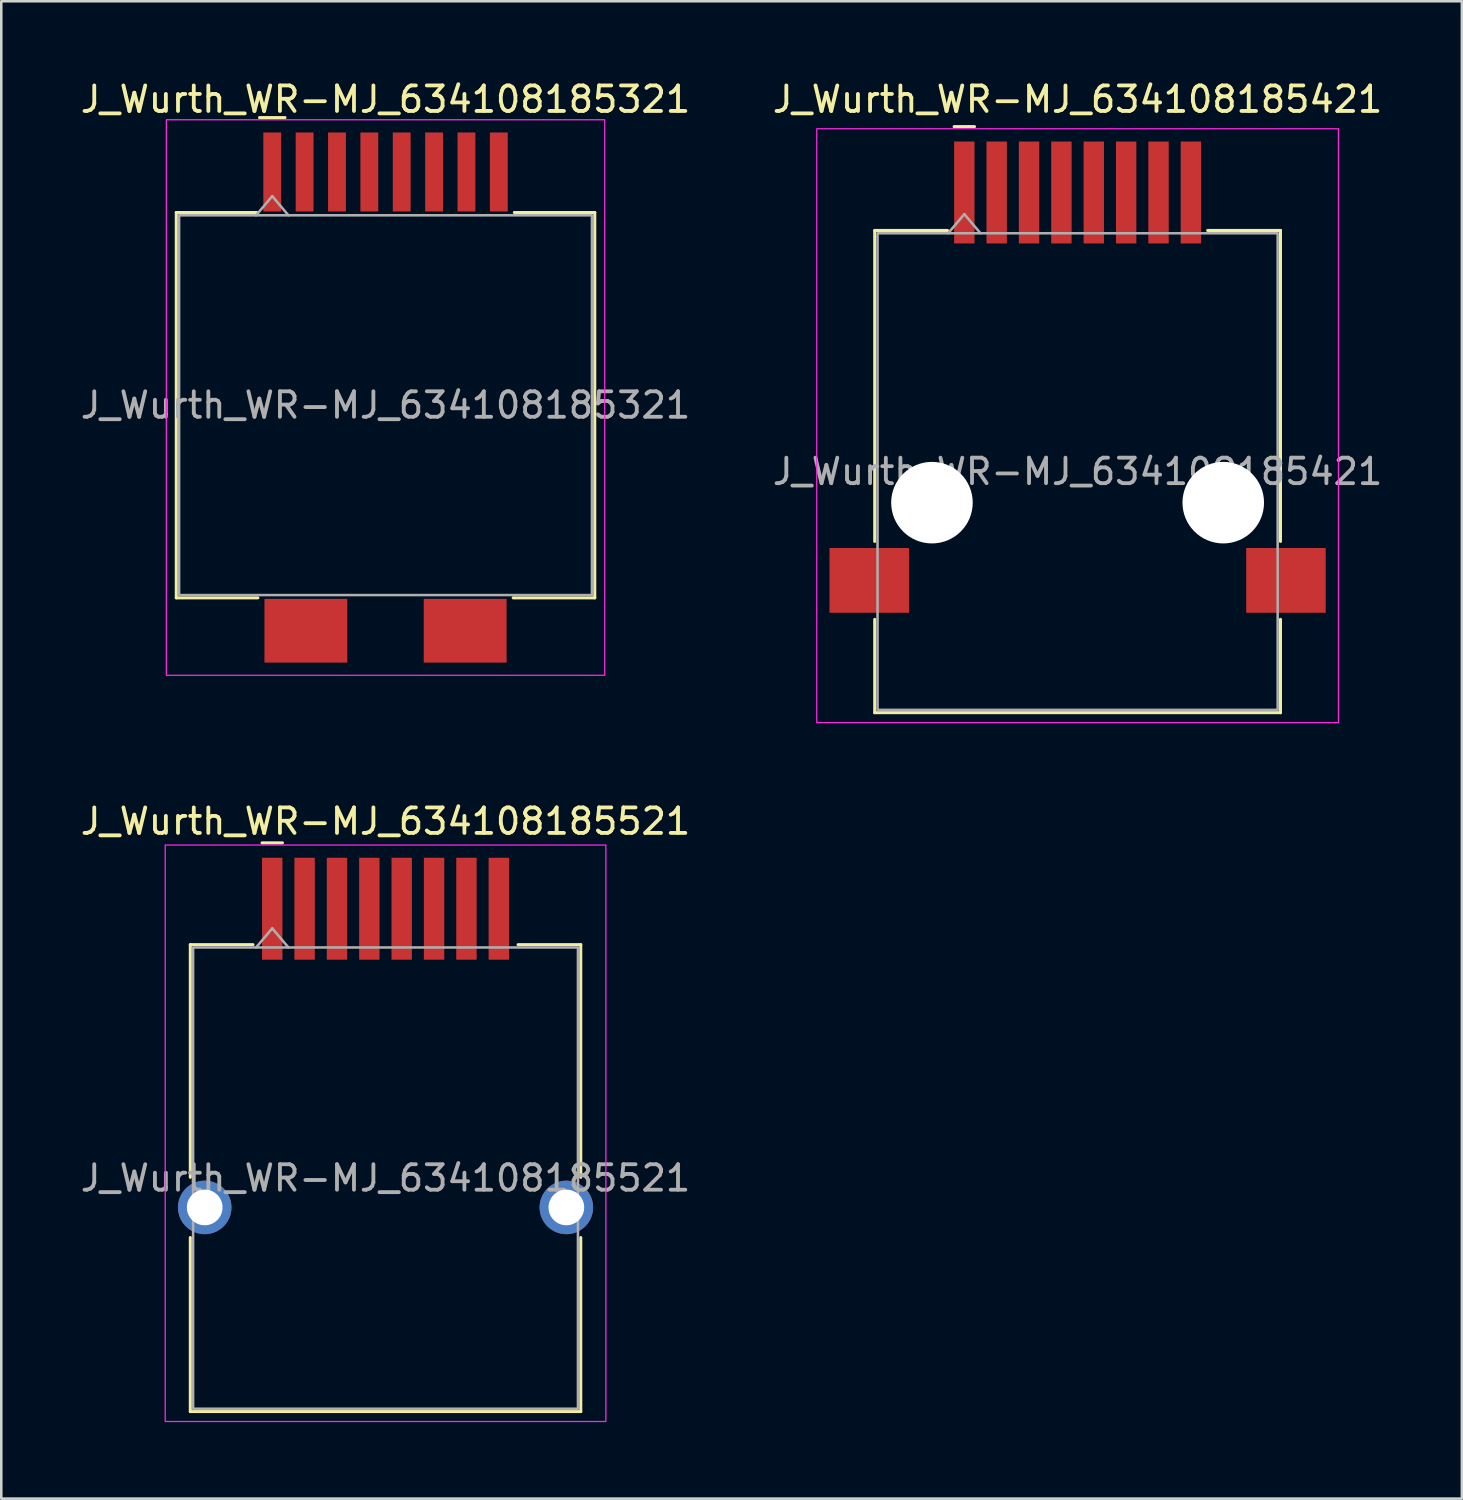
<source format=kicad_pcb>
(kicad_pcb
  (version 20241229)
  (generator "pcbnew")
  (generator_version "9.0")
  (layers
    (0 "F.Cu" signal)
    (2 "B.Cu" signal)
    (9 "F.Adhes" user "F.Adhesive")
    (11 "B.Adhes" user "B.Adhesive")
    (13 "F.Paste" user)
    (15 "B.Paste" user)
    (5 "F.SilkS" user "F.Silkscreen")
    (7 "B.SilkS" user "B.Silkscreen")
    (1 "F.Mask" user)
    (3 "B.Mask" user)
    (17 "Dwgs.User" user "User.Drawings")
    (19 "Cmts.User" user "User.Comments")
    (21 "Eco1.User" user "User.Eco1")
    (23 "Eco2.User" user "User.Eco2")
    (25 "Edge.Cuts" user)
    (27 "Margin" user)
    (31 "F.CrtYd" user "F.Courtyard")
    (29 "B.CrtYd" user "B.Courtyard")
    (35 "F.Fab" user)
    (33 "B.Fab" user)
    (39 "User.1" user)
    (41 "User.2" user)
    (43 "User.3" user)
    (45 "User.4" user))
  (footprint "J_Wurth_WR-MJ_634108185321"
    (layer "F.Cu")
    (at 12.077 12.848)
    (property "Reference" "J_Wurth_WR-MJ_634108185321" (at 0 -12 0) (unlocked yes) (layer "F.SilkS") (effects (font (size 1 1) (thickness 0.15))))
    (attr smd)
    (fp_line (start -8.21 7.56) (end -8.21 -7.56) (stroke (width 0.12) (type solid)) (layer "F.SilkS"))
    (fp_line (start -5.055 -7.56) (end -8.21 -7.56) (stroke (width 0.12) (type solid)) (layer "F.SilkS"))
    (fp_line (start -5.01 7.56) (end -8.21 7.56) (stroke (width 0.12) (type solid)) (layer "F.SilkS"))
    (fp_line (start -3.945 -11.285) (end -4.945 -11.285) (stroke (width 0.12) (type solid)) (layer "F.SilkS"))
    (fp_line (start 5.01 7.56) (end 8.21 7.56) (stroke (width 0.12) (type solid)) (layer "F.SilkS"))
    (fp_line (start 5.055 -7.56) (end 8.21 -7.56) (stroke (width 0.12) (type solid)) (layer "F.SilkS"))
    (fp_line (start 8.21 -7.56) (end 8.21 7.56) (stroke (width 0.12) (type solid)) (layer "F.SilkS"))
    (fp_rect (start -8.6 -11.2) (end 8.6 10.6) (stroke (width 0.05) (type solid)) (fill no) (layer "F.CrtYd"))
    (fp_line (start -4.445 -8.2) (end -5.08 -7.45) (stroke (width 0.1) (type solid)) (layer "F.Fab"))
    (fp_line (start -4.445 -8.2) (end -3.81 -7.45) (stroke (width 0.1) (type solid)) (layer "F.Fab"))
    (fp_rect (start -8.1 -7.45) (end 8.1 7.45) (stroke (width 0.1) (type solid)) (fill no) (layer "F.Fab"))
    (fp_text user "${REFERENCE}" (at 0 0 0) (unlocked yes) (layer "F.Fab") (effects (font (size 1 1) (thickness 0.15))))
    (pad "1" smd rect (at -4.445 -9.15 90) (size 3.1 0.7) (layers "F.Cu" "F.Mask" "F.Paste"))
    (pad "2" smd rect (at -3.175 -9.15 90) (size 3.1 0.7) (layers "F.Cu" "F.Mask" "F.Paste"))
    (pad "3" smd rect (at -1.905 -9.15 90) (size 3.1 0.7) (layers "F.Cu" "F.Mask" "F.Paste"))
    (pad "4" smd rect (at -0.635 -9.15 90) (size 3.1 0.7) (layers "F.Cu" "F.Mask" "F.Paste"))
    (pad "5" smd rect (at 0.635 -9.15 90) (size 3.1 0.7) (layers "F.Cu" "F.Mask" "F.Paste"))
    (pad "6" smd rect (at 1.905 -9.15 90) (size 3.1 0.7) (layers "F.Cu" "F.Mask" "F.Paste"))
    (pad "7" smd rect (at 3.175 -9.15 90) (size 3.1 0.7) (layers "F.Cu" "F.Mask" "F.Paste"))
    (pad "8" smd rect (at 4.445 -9.15 90) (size 3.1 0.7) (layers "F.Cu" "F.Mask" "F.Paste"))
    (pad "S1" smd rect (at -3.125 8.85) (size 3.25 2.5) (layers "F.Cu" "F.Mask" "F.Paste"))
    (pad "S2" smd rect (at 3.125 8.85) (size 3.25 2.5) (layers "F.Cu" "F.Mask" "F.Paste")))
  (footprint "J_Wurth_WR-MJ_634108185521"
    (layer "F.Cu")
    (at 12.077 43.176)
    (property "Reference" "J_Wurth_WR-MJ_634108185521" (at 0 -14 0) (unlocked yes) (layer "F.SilkS") (effects (font (size 1 1) (thickness 0.15))))
    (attr smd)
    (fp_line (start -7.66 -0.032) (end -7.66 -9.16) (stroke (width 0.12) (type solid)) (layer "F.SilkS"))
    (fp_line (start -7.66 2.332) (end -7.66 9.16) (stroke (width 0.12) (type solid)) (layer "F.SilkS"))
    (fp_line (start -5.2 -9.16) (end -7.66 -9.16) (stroke (width 0.12) (type solid)) (layer "F.SilkS"))
    (fp_line (start -4.045 -13.155) (end -4.845 -13.155) (stroke (width 0.12) (type solid)) (layer "F.SilkS"))
    (fp_line (start 5.2 -9.16) (end 7.66 -9.16) (stroke (width 0.12) (type solid)) (layer "F.SilkS"))
    (fp_line (start 7.66 -0.032) (end 7.66 -9.16) (stroke (width 0.12) (type solid)) (layer "F.SilkS"))
    (fp_line (start 7.66 2.332) (end 7.66 9.16) (stroke (width 0.12) (type solid)) (layer "F.SilkS"))
    (fp_line (start 7.66 9.16) (end -7.66 9.16) (stroke (width 0.12) (type solid)) (layer "F.SilkS"))
    (fp_rect (start -8.645 -13.07) (end 8.645 9.55) (stroke (width 0.05) (type solid)) (fill no) (layer "F.CrtYd"))
    (fp_line (start -4.445 -9.8) (end -5.08 -9.05) (stroke (width 0.1) (type solid)) (layer "F.Fab"))
    (fp_line (start -4.445 -9.8) (end -3.81 -9.05) (stroke (width 0.1) (type solid)) (layer "F.Fab"))
    (fp_rect (start -7.55 -9.05) (end 7.55 9.05) (stroke (width 0.1) (type solid)) (fill no) (layer "F.Fab"))
    (fp_text user "${REFERENCE}" (at 0 0 0) (unlocked yes) (layer "F.Fab") (effects (font (size 1 1) (thickness 0.15))))
    (pad "1" smd rect (at -4.445 -10.57) (size 0.8 4) (layers "F.Cu" "F.Mask" "F.Paste"))
    (pad "2" smd rect (at -3.175 -10.57) (size 0.8 4) (layers "F.Cu" "F.Mask" "F.Paste"))
    (pad "3" smd rect (at -1.905 -10.57) (size 0.8 4) (layers "F.Cu" "F.Mask" "F.Paste"))
    (pad "4" smd rect (at -0.635 -10.57) (size 0.8 4) (layers "F.Cu" "F.Mask" "F.Paste"))
    (pad "5" smd rect (at 0.635 -10.57) (size 0.8 4) (layers "F.Cu" "F.Mask" "F.Paste"))
    (pad "6" smd rect (at 1.905 -10.57) (size 0.8 4) (layers "F.Cu" "F.Mask" "F.Paste"))
    (pad "7" smd rect (at 3.175 -10.57) (size 0.8 4) (layers "F.Cu" "F.Mask" "F.Paste"))
    (pad "8" smd rect (at 4.445 -10.57) (size 0.8 4) (layers "F.Cu" "F.Mask" "F.Paste"))
    (pad "S1" thru_hole circle (at -7.095 1.15) (size 2.1 2.1) (drill 1.4) (layers "*.Cu" "*.Mask"))
    (pad "S2" thru_hole circle (at 7.095 1.15) (size 2.1 2.1) (drill 1.4) (layers "*.Cu" "*.Mask")))
  (footprint "J_Wurth_WR-MJ_634108185421"
    (layer "F.Cu")
    (at 39.232 15.453)
    (property "Reference" "J_Wurth_WR-MJ_634108185421" (at 0 -14.605 0) (unlocked yes) (layer "F.SilkS") (effects (font (size 1 1) (thickness 0.15))))
    (attr smd)
    (fp_line (start -7.96 2.74) (end -7.96 -9.46) (stroke (width 0.12) (type solid)) (layer "F.SilkS"))
    (fp_line (start -7.96 5.8) (end -7.96 9.46) (stroke (width 0.12) (type solid)) (layer "F.SilkS"))
    (fp_line (start -7.96 9.46) (end 7.96 9.46) (stroke (width 0.12) (type solid)) (layer "F.SilkS"))
    (fp_line (start -5.105 -9.46) (end -7.96 -9.46) (stroke (width 0.12) (type solid)) (layer "F.SilkS"))
    (fp_line (start -4.045 -13.535) (end -4.845 -13.535) (stroke (width 0.12) (type solid)) (layer "F.SilkS"))
    (fp_line (start 5.105 -9.46) (end 7.96 -9.46) (stroke (width 0.12) (type solid)) (layer "F.SilkS"))
    (fp_line (start 7.96 2.74) (end 7.96 -9.46) (stroke (width 0.12) (type solid)) (layer "F.SilkS"))
    (fp_line (start 7.96 5.8) (end 7.96 9.46) (stroke (width 0.12) (type solid)) (layer "F.SilkS"))
    (fp_rect (start -10.235 -13.45) (end 10.235 9.85) (stroke (width 0.05) (type solid)) (fill no) (layer "F.CrtYd"))
    (fp_line (start -4.445 -10.1) (end -5.08 -9.35) (stroke (width 0.1) (type solid)) (layer "F.Fab"))
    (fp_line (start -4.445 -10.1) (end -3.81 -9.35) (stroke (width 0.1) (type solid)) (layer "F.Fab"))
    (fp_rect (start -7.85 -9.35) (end 7.85 9.35) (stroke (width 0.1) (type solid)) (fill no) (layer "F.Fab"))
    (fp_text user "${REFERENCE}" (at 0 0 0) (unlocked yes) (layer "F.Fab") (effects (font (size 1 1) (thickness 0.15))))
    (pad "" np_thru_hole circle (at -5.715 1.22) (size 3.2 3.2) (drill 3.2) (layers "*.Cu" "*.Mask"))
    (pad "" np_thru_hole circle (at 5.715 1.22) (size 3.2 3.2) (drill 3.2) (layers "*.Cu" "*.Mask"))
    (pad "1" smd rect (at -4.445 -10.95) (size 0.8 4) (layers "F.Cu" "F.Mask" "F.Paste"))
    (pad "2" smd rect (at -3.175 -10.95) (size 0.8 4) (layers "F.Cu" "F.Mask" "F.Paste"))
    (pad "3" smd rect (at -1.905 -10.95) (size 0.8 4) (layers "F.Cu" "F.Mask" "F.Paste"))
    (pad "4" smd rect (at -0.635 -10.95) (size 0.8 4) (layers "F.Cu" "F.Mask" "F.Paste"))
    (pad "5" smd rect (at 0.635 -10.95) (size 0.8 4) (layers "F.Cu" "F.Mask" "F.Paste"))
    (pad "6" smd rect (at 1.905 -10.95) (size 0.8 4) (layers "F.Cu" "F.Mask" "F.Paste"))
    (pad "7" smd rect (at 3.175 -10.95) (size 0.8 4) (layers "F.Cu" "F.Mask" "F.Paste"))
    (pad "8" smd rect (at 4.445 -10.95) (size 0.8 4) (layers "F.Cu" "F.Mask" "F.Paste"))
    (pad "S1" smd rect (at -8.175 4.27) (size 3.12 2.54) (layers "F.Cu" "F.Mask" "F.Paste"))
    (pad "S2" smd rect (at 8.175 4.27) (size 3.12 2.54) (layers "F.Cu" "F.Mask" "F.Paste")))
  (gr_rect
    (start -3 -3)
    (end 54.31 55.752)
    (stroke (width 0.1) (type default))
    (fill no)
    (layer "Edge.Cuts")))
</source>
